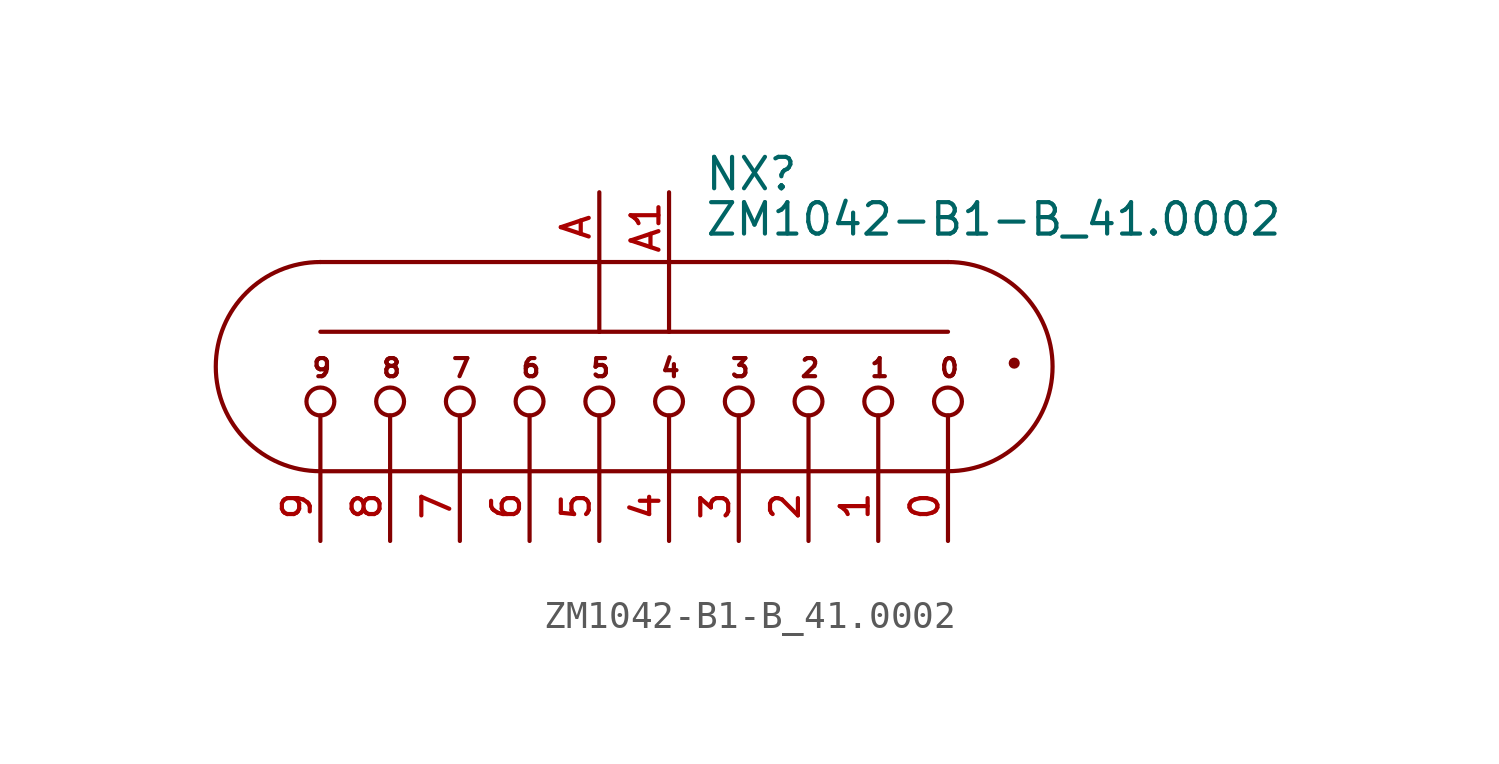
<source format=kicad_sym>
(kicad_symbol_lib
  (version 20241209)
  (generator "kicad_symbol_editor")
  (generator_version "9.0")
  (symbol "ZM1042-B1-B_41.0002"
    (pin_names
      (offset 1.016)
      (hide yes))
    (property "Reference" "NX"
      (at 3.81 5.08 0)
      (effects (font (size 1.143 1.143)) (justify left bottom)))
    (property "Value" "ZM1042-B1-B_41.0002"
      (at 3.81 3.429 0)
      (effects (font (size 1.143 1.143)) (justify left bottom)))
    (property "ki_locked" ""
      (at 0 0 0)
      (effects (font (size 1.27 1.27))))
    (symbol "ZM1042-B1-B_41.0002_1_0"
      (polyline (pts (xy -10.16 2.54) (xy 0 2.54)) (stroke (width 0) (type solid)) (fill (type none)))
      (polyline (pts (xy -10.16 0) (xy 0 0)) (stroke (width 0) (type solid)) (fill (type none)))
      (polyline (pts (xy -10.16 -5.08) (xy -10.16 -3.048)) (stroke (width 0) (type solid)) (fill (type none)))
      (polyline (pts (xy -10.16 -5.08) (xy -7.62 -5.08)) (stroke (width 0) (type solid)) (fill (type none)))
      (polyline (pts (xy -7.62 -5.08) (xy -7.62 -3.048)) (stroke (width 0) (type solid)) (fill (type none)))
      (polyline (pts (xy -7.62 -5.08) (xy -5.08 -5.08)) (stroke (width 0) (type solid)) (fill (type none)))
      (polyline (pts (xy -5.08 -5.08) (xy -5.08 -3.048)) (stroke (width 0) (type solid)) (fill (type none)))
      (polyline (pts (xy -5.08 -5.08) (xy -2.54 -5.08)) (stroke (width 0) (type solid)) (fill (type none)))
      (polyline (pts (xy -2.54 -5.08) (xy -2.54 -3.048)) (stroke (width 0) (type solid)) (fill (type none)))
      (polyline (pts (xy -2.54 -5.08) (xy 0 -5.08)) (stroke (width 0) (type solid)) (fill (type none)))
      (polyline (pts (xy 0 2.54) (xy 0 0)) (stroke (width 0) (type solid)) (fill (type none)))
      (polyline (pts (xy 0 2.54) (xy 2.54 2.54)) (stroke (width 0) (type solid)) (fill (type none)))
      (polyline (pts (xy 0 0) (xy 2.54 0)) (stroke (width 0) (type solid)) (fill (type none)))
      (polyline (pts (xy 0 -5.08) (xy 0 -3.048)) (stroke (width 0) (type solid)) (fill (type none)))
      (polyline (pts (xy 0 -5.08) (xy 2.54 -5.08)) (stroke (width 0) (type solid)) (fill (type none)))
      (polyline (pts (xy 2.54 2.54) (xy 2.54 0)) (stroke (width 0) (type solid)) (fill (type none)))
      (polyline (pts (xy 2.54 2.54) (xy 12.7 2.54)) (stroke (width 0) (type solid)) (fill (type none)))
      (polyline (pts (xy 2.54 0) (xy 12.7 0)) (stroke (width 0) (type solid)) (fill (type none)))
      (polyline (pts (xy 2.54 -5.08) (xy 2.54 -3.048)) (stroke (width 0) (type solid)) (fill (type none)))
      (polyline (pts (xy 2.54 -5.08) (xy 5.08 -5.08)) (stroke (width 0) (type solid)) (fill (type none)))
      (polyline (pts (xy 5.08 -5.08) (xy 5.08 -3.048)) (stroke (width 0) (type solid)) (fill (type none)))
      (polyline (pts (xy 5.08 -5.08) (xy 7.62 -5.08)) (stroke (width 0) (type solid)) (fill (type none)))
      (polyline (pts (xy 7.62 -5.08) (xy 7.62 -3.048)) (stroke (width 0) (type solid)) (fill (type none)))
      (polyline (pts (xy 7.62 -5.08) (xy 10.16 -5.08)) (stroke (width 0) (type solid)) (fill (type none)))
      (polyline (pts (xy 10.16 -5.08) (xy 10.16 -3.048)) (stroke (width 0) (type solid)) (fill (type none)))
      (polyline (pts (xy 10.16 -5.08) (xy 12.7 -5.08)) (stroke (width 0) (type solid)) (fill (type none)))
      (polyline (pts (xy 12.7 -5.08) (xy 12.7 -3.048)) (stroke (width 0) (type solid)) (fill (type none)))
      (text "9" (at -10.109 -1.321 0) (effects (font (size 0.66 0.66))))
      (text "8" (at -7.569 -1.321 0) (effects (font (size 0.66 0.66))))
      (text "7" (at -5.029 -1.321 0) (effects (font (size 0.66 0.66))))
      (text "6" (at -2.489 -1.321 0) (effects (font (size 0.66 0.66))))
      (text "5" (at 0.051 -1.321 0) (effects (font (size 0.66 0.66))))
      (text "4" (at 2.591 -1.321 0) (effects (font (size 0.66 0.66))))
      (text "3" (at 5.131 -1.321 0) (effects (font (size 0.66 0.66))))
      (text "2" (at 7.671 -1.321 0) (effects (font (size 0.66 0.66))))
      (text "1" (at 10.211 -1.321 0) (effects (font (size 0.66 0.66))))
      (text "0" (at 12.751 -1.321 0) (effects (font (size 0.66 0.66)))))
    (symbol "ZM1042-B1-B_41.0002_1_1"
      (arc (start -10.16 -5.08) (mid -13.97 -1.27) (end -10.16 2.54) (stroke (width 0) (type solid)) (fill (type none)))
      (circle (center -10.16 -2.54) (radius 0.508) (stroke (width 0) (type solid)) (fill (type none)))
      (circle (center -7.62 -2.54) (radius 0.508) (stroke (width 0) (type solid)) (fill (type none)))
      (circle (center -5.08 -2.54) (radius 0.508) (stroke (width 0) (type solid)) (fill (type none)))
      (circle (center -2.54 -2.54) (radius 0.508) (stroke (width 0) (type solid)) (fill (type none)))
      (circle (center 0 -2.54) (radius 0.508) (stroke (width 0) (type solid)) (fill (type none)))
      (circle (center 2.54 -2.54) (radius 0.508) (stroke (width 0) (type solid)) (fill (type none)))
      (circle (center 5.08 -2.54) (radius 0.508) (stroke (width 0) (type solid)) (fill (type none)))
      (circle (center 7.62 -2.54) (radius 0.508) (stroke (width 0) (type solid)) (fill (type none)))
      (circle (center 10.16 -2.54) (radius 0.508) (stroke (width 0) (type solid)) (fill (type none)))
      (arc (start 12.7 2.54) (mid 16.51 -1.27) (end 12.7 -5.08) (stroke (width 0) (type solid)) (fill (type none)))
      (circle (center 12.7 -2.54) (radius 0.508) (stroke (width 0) (type solid)) (fill (type none)))
      (circle (center 15.113 -1.143) (radius 0.127) (stroke (width 0) (type solid)) (fill (type outline)))
      (pin passive line (at -10.16 -7.62 90) (length 2.54) (name "9" (effects (font (size 1.016 1.016)))) (number "9" (effects (font (size 1.016 1.016)))))
      (pin passive line (at -7.62 -7.62 90) (length 2.54) (name "8" (effects (font (size 1.016 1.016)))) (number "8" (effects (font (size 1.016 1.016)))))
      (pin passive line (at -5.08 -7.62 90) (length 2.54) (name "7" (effects (font (size 1.016 1.016)))) (number "7" (effects (font (size 1.016 1.016)))))
      (pin passive line (at -2.54 -7.62 90) (length 2.54) (name "6" (effects (font (size 1.016 1.016)))) (number "6" (effects (font (size 1.016 1.016)))))
      (pin passive line (at 0 5.08 270) (length 2.54) (name "A1" (effects (font (size 1.016 1.016)))) (number "A" (effects (font (size 1.016 1.016)))))
      (pin passive line (at 0 -7.62 90) (length 2.54) (name "5" (effects (font (size 1.016 1.016)))) (number "5" (effects (font (size 1.016 1.016)))))
      (pin passive line (at 2.54 5.08 270) (length 2.54) (name "A2" (effects (font (size 1.016 1.016)))) (number "A1" (effects (font (size 1.016 1.016)))))
      (pin passive line (at 2.54 -7.62 90) (length 2.54) (name "4" (effects (font (size 1.016 1.016)))) (number "4" (effects (font (size 1.016 1.016)))))
      (pin passive line (at 5.08 -7.62 90) (length 2.54) (name "3" (effects (font (size 1.016 1.016)))) (number "3" (effects (font (size 1.016 1.016)))))
      (pin passive line (at 7.62 -7.62 90) (length 2.54) (name "2" (effects (font (size 1.016 1.016)))) (number "2" (effects (font (size 1.016 1.016)))))
      (pin passive line (at 10.16 -7.62 90) (length 2.54) (name "1" (effects (font (size 1.016 1.016)))) (number "1" (effects (font (size 1.016 1.016)))))
      (pin passive line (at 12.7 -7.62 90) (length 2.54) (name "0" (effects (font (size 1.016 1.016)))) (number "0" (effects (font (size 1.016 1.016))))))))
</source>
